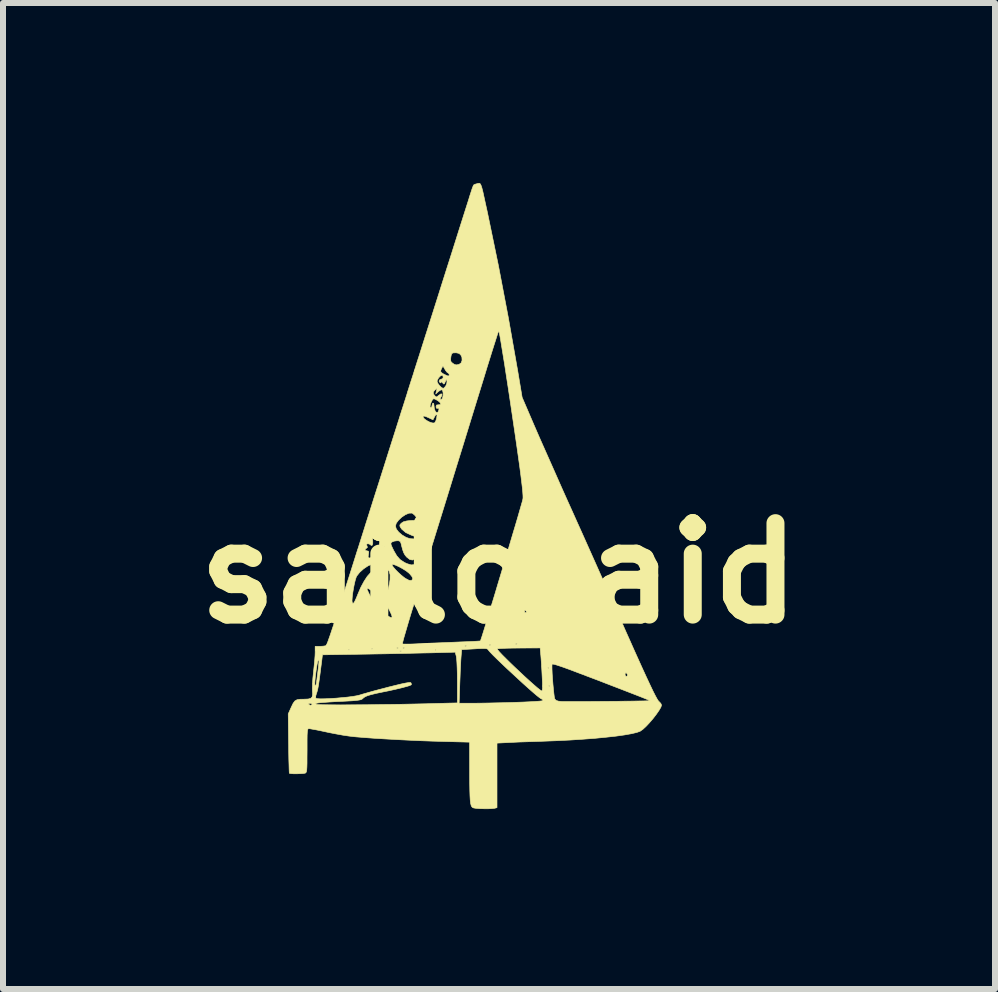
<source format=kicad_pcb>
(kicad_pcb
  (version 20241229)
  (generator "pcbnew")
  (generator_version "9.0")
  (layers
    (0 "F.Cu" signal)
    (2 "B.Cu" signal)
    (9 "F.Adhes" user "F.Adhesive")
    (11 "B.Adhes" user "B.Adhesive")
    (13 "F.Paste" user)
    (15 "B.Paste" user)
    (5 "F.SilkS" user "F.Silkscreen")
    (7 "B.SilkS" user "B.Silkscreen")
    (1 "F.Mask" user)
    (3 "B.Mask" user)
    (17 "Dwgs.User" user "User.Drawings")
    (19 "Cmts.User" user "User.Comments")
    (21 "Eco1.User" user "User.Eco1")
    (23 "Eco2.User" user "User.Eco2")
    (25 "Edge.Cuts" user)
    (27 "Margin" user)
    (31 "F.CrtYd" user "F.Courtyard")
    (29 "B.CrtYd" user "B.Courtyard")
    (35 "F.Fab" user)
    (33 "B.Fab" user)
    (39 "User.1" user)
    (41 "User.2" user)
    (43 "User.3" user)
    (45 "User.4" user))
  (footprint "sailoraid"
    (layer "F.Cu")
    (at 5.269 6.506)
    (property "Reference" "sailoraid" (at 0 0 0) (layer "F.SilkS") (effects (font (size 1.524 1.524) (thickness 0.3))))
    (attr through_hole)
    (fp_poly (pts (xy -1.402 -0.877) (xy -1.385 -0.865) (xy -1.373 -0.841) (xy -1.372 -0.838) (xy -1.347 -0.762) (xy -1.335 -0.696) (xy -1.337 -0.648) (xy -1.341 -0.637) (xy -1.357 -0.617) (xy -1.382 -0.612) (xy -1.424 -0.621) (xy -1.46 -0.634) (xy -1.555 -0.678) (xy -1.621 -0.734) (xy -1.636 -0.755) (xy -1.654 -0.787) (xy -1.651 -0.809) (xy -1.629 -0.834) (xy -1.592 -0.858) (xy -1.537 -0.872) (xy -1.491 -0.877) (xy -1.434 -0.88) (xy -1.402 -0.877)) (stroke (width 0.01) (type solid)) (fill yes) (layer "F.SilkS"))
    (fp_poly (pts (xy -0.319 -6.497) (xy -0.308 -6.484) (xy -0.297 -6.459) (xy -0.284 -6.418) (xy -0.269 -6.359) (xy -0.251 -6.277) (xy -0.228 -6.171) (xy -0.198 -6.035) (xy -0.187 -5.983) (xy -0.01 -5.127) (xy 0.155 -4.261) (xy 0.311 -3.375) (xy 0.385 -2.932) (xy 0.58 -2.478) (xy 0.62 -2.386) (xy 0.672 -2.266) (xy 0.735 -2.124) (xy 0.807 -1.962) (xy 0.886 -1.784) (xy 0.97 -1.594) (xy 1.058 -1.395) (xy 1.149 -1.192) (xy 1.241 -0.988) (xy 1.304 -0.847) (xy 1.391 -0.654) (xy 1.475 -0.466) (xy 1.555 -0.287) (xy 1.63 -0.119) (xy 1.699 0.036) (xy 1.761 0.173) (xy 1.814 0.292) (xy 1.856 0.387) (xy 1.887 0.458) (xy 1.905 0.5) (xy 1.928 0.55) (xy 1.962 0.628) (xy 2.006 0.729) (xy 2.06 0.848) (xy 2.119 0.982) (xy 2.184 1.127) (xy 2.251 1.278) (xy 2.301 1.389) (xy 2.385 1.575) (xy 2.457 1.732) (xy 2.517 1.86) (xy 2.566 1.963) (xy 2.605 2.04) (xy 2.635 2.095) (xy 2.656 2.128) (xy 2.667 2.139) (xy 2.697 2.17) (xy 2.709 2.199) (xy 2.698 2.234) (xy 2.667 2.287) (xy 2.622 2.352) (xy 2.568 2.422) (xy 2.509 2.491) (xy 2.451 2.553) (xy 2.398 2.602) (xy 2.355 2.632) (xy 2.355 2.633) (xy 2.297 2.654) (xy 2.208 2.675) (xy 2.09 2.696) (xy 1.948 2.716) (xy 1.783 2.734) (xy 1.599 2.752) (xy 1.398 2.767) (xy 1.183 2.781) (xy 0.957 2.792) (xy 0.723 2.801) (xy 0.694 2.802) (xy 0.574 2.806) (xy 0.45 2.81) (xy 0.331 2.814) (xy 0.228 2.819) (xy 0.165 2.822) (xy -0.034 2.832) (xy -0.034 3.908) (xy -0.072 3.918) (xy -0.113 3.923) (xy -0.176 3.926) (xy -0.25 3.926) (xy -0.324 3.924) (xy -0.386 3.919) (xy -0.423 3.913) (xy -0.44 3.906) (xy -0.454 3.893) (xy -0.465 3.871) (xy -0.474 3.835) (xy -0.48 3.784) (xy -0.484 3.714) (xy -0.487 3.621) (xy -0.489 3.502) (xy -0.49 3.354) (xy -0.49 3.283) (xy -0.491 2.816) (xy -0.936 2.804) (xy -1.115 2.799) (xy -1.308 2.792) (xy -1.508 2.783) (xy -1.708 2.773) (xy -1.902 2.762) (xy -2.083 2.751) (xy -2.245 2.739) (xy -2.382 2.728) (xy -2.413 2.725) (xy -2.499 2.715) (xy -2.606 2.699) (xy -2.721 2.678) (xy -2.835 2.656) (xy -2.867 2.649) (xy -2.96 2.629) (xy -3.043 2.612) (xy -3.11 2.6) (xy -3.155 2.592) (xy -3.168 2.591) (xy -3.178 2.592) (xy -3.187 2.6) (xy -3.192 2.617) (xy -3.196 2.648) (xy -3.199 2.698) (xy -3.2 2.771) (xy -3.2 2.87) (xy -3.2 2.955) (xy -3.201 3.076) (xy -3.201 3.167) (xy -3.203 3.233) (xy -3.206 3.278) (xy -3.211 3.307) (xy -3.218 3.323) (xy -3.227 3.331) (xy -3.23 3.332) (xy -3.259 3.338) (xy -3.309 3.341) (xy -3.367 3.343) (xy -3.425 3.343) (xy -3.471 3.34) (xy -3.494 3.335) (xy -3.495 3.335) (xy -3.497 3.317) (xy -3.499 3.269) (xy -3.501 3.196) (xy -3.504 3.102) (xy -3.506 2.991) (xy -3.507 2.868) (xy -3.508 2.836) (xy -3.514 2.345) (xy -3.463 2.232) (xy -3.44 2.184) (xy -3.175 2.184) (xy -3.151 2.2) (xy -3.14 2.201) (xy -3.118 2.192) (xy -3.116 2.184) (xy -3.13 2.171) (xy -3.151 2.167) (xy -3.174 2.174) (xy -3.175 2.184) (xy -3.44 2.184) (xy -3.432 2.168) (xy -3.404 2.13) (xy -3.368 2.109) (xy -3.315 2.101) (xy -3.254 2.1) (xy -3.181 2.097) (xy -3.137 2.085) (xy -3.114 2.059) (xy -3.113 2.055) (xy -3.058 2.055) (xy -3.053 2.085) (xy -3.052 2.085) (xy -3.028 2.091) (xy -2.977 2.094) (xy -2.904 2.093) (xy -2.816 2.089) (xy -2.719 2.083) (xy -2.62 2.074) (xy -2.525 2.065) (xy -2.439 2.054) (xy -2.369 2.042) (xy -2.321 2.03) (xy -2.32 2.03) (xy -2.276 2.016) (xy -2.205 1.996) (xy -2.114 1.97) (xy -2.01 1.942) (xy -1.898 1.913) (xy -1.858 1.902) (xy -1.729 1.87) (xy -1.63 1.846) (xy -1.558 1.831) (xy -1.509 1.823) (xy -1.48 1.822) (xy -1.469 1.826) (xy -1.459 1.851) (xy -1.466 1.861) (xy -1.49 1.873) (xy -1.544 1.889) (xy -1.623 1.91) (xy -1.723 1.934) (xy -1.84 1.96) (xy -1.939 1.98) (xy -2.049 2.003) (xy -2.13 2.023) (xy -2.189 2.04) (xy -2.229 2.057) (xy -2.257 2.075) (xy -2.267 2.085) (xy -2.281 2.097) (xy -2.301 2.107) (xy -2.331 2.114) (xy -2.375 2.12) (xy -2.44 2.126) (xy -2.53 2.131) (xy -2.627 2.136) (xy -2.733 2.141) (xy -2.832 2.147) (xy -2.915 2.153) (xy -2.978 2.158) (xy -3.014 2.162) (xy -3.014 2.162) (xy -3.051 2.169) (xy -3.057 2.177) (xy -3.04 2.187) (xy -3.016 2.19) (xy -2.961 2.192) (xy -2.879 2.193) (xy -2.772 2.194) (xy -2.643 2.195) (xy -2.497 2.194) (xy -2.335 2.193) (xy -2.16 2.192) (xy -1.977 2.189) (xy -1.788 2.187) (xy -1.596 2.184) (xy -1.404 2.18) (xy -1.215 2.176) (xy -1.122 2.173) (xy -0.893 2.167) (xy -0.665 2.167) (xy -0.404 2.167) (xy -0.31 2.166) (xy -0.19 2.164) (xy -0.055 2.161) (xy 0.087 2.158) (xy 0.226 2.154) (xy 0.282 2.152) (xy 0.399 2.148) (xy 0.506 2.143) (xy 0.597 2.138) (xy 0.668 2.133) (xy 0.713 2.128) (xy 0.728 2.125) (xy 0.733 2.111) (xy 0.704 2.093) (xy 0.699 2.091) (xy 0.674 2.074) (xy 0.627 2.037) (xy 0.564 1.983) (xy 0.488 1.916) (xy 0.402 1.839) (xy 0.311 1.755) (xy 0.218 1.669) (xy 0.126 1.584) (xy 0.04 1.502) (xy -0.037 1.428) (xy -0.101 1.365) (xy -0.148 1.316) (xy -0.175 1.285) (xy -0.178 1.28) (xy -0.188 1.267) (xy -0.2 1.261) (xy -0.03 1.261) (xy -0.023 1.276) (xy 0.006 1.311) (xy 0.053 1.361) (xy 0.115 1.423) (xy 0.187 1.494) (xy 0.266 1.57) (xy 0.349 1.648) (xy 0.431 1.725) (xy 0.509 1.796) (xy 0.58 1.859) (xy 0.64 1.911) (xy 0.685 1.946) (xy 0.711 1.963) (xy 0.714 1.964) (xy 0.721 1.949) (xy 0.725 1.902) (xy 0.724 1.88) (xy 0.83 1.88) (xy 0.836 1.894) (xy 0.841 1.891) (xy 0.843 1.871) (xy 0.841 1.868) (xy 0.831 1.871) (xy 0.83 1.88) (xy 0.724 1.88) (xy 0.724 1.823) (xy 0.719 1.723) (xy 0.714 1.624) (xy 0.711 1.575) (xy 0.813 1.575) (xy 0.819 1.589) (xy 0.824 1.586) (xy 0.826 1.566) (xy 0.824 1.564) (xy 0.814 1.566) (xy 0.813 1.575) (xy 0.711 1.575) (xy 0.709 1.548) (xy 0.882 1.548) (xy 0.883 1.604) (xy 0.886 1.678) (xy 0.892 1.763) (xy 0.899 1.852) (xy 0.907 1.937) (xy 0.915 2.011) (xy 0.922 2.066) (xy 0.929 2.095) (xy 0.93 2.096) (xy 0.95 2.119) (xy 0.987 2.132) (xy 1.037 2.138) (xy 1.07 2.139) (xy 1.13 2.139) (xy 1.213 2.139) (xy 1.316 2.139) (xy 1.434 2.139) (xy 1.563 2.138) (xy 1.698 2.137) (xy 1.836 2.136) (xy 1.971 2.135) (xy 2.101 2.133) (xy 2.221 2.132) (xy 2.326 2.13) (xy 2.412 2.129) (xy 2.476 2.127) (xy 2.512 2.126) (xy 2.519 2.125) (xy 2.505 2.118) (xy 2.461 2.1) (xy 2.389 2.071) (xy 2.29 2.032) (xy 2.166 1.984) (xy 2.019 1.927) (xy 1.85 1.862) (xy 1.662 1.789) (xy 1.455 1.711) (xy 1.423 1.698) (xy 2.102 1.698) (xy 2.111 1.715) (xy 2.13 1.721) (xy 2.142 1.703) (xy 2.14 1.684) (xy 2.123 1.662) (xy 2.115 1.659) (xy 2.102 1.672) (xy 2.102 1.698) (xy 1.423 1.698) (xy 1.329 1.663) (xy 1.184 1.608) (xy 1.068 1.566) (xy 0.982 1.537) (xy 0.923 1.519) (xy 0.891 1.514) (xy 0.884 1.517) (xy 0.882 1.548) (xy 0.709 1.548) (xy 0.708 1.524) (xy 0.702 1.436) (xy 0.697 1.37) (xy 0.696 1.363) (xy 0.686 1.245) (xy 0.334 1.247) (xy 0.228 1.248) (xy 0.133 1.25) (xy 0.056 1.253) (xy 0.000318 1.256) (xy -0.028 1.26) (xy -0.03 1.261) (xy -0.2 1.261) (xy -0.204 1.259) (xy -0.232 1.255) (xy -0.277 1.255) (xy -0.347 1.257) (xy -0.409 1.261) (xy -0.623 1.273) (xy -0.633 1.394) (xy -0.637 1.451) (xy -0.641 1.533) (xy -0.646 1.633) (xy -0.65 1.743) (xy -0.654 1.841) (xy -0.665 2.167) (xy -0.893 2.167) (xy -0.694 2.162) (xy -0.694 1.805) (xy -0.695 1.687) (xy -0.698 1.581) (xy -0.702 1.49) (xy -0.707 1.423) (xy -0.713 1.383) (xy -0.713 1.382) (xy -0.731 1.316) (xy -1.132 1.327) (xy -1.242 1.329) (xy -1.379 1.332) (xy -1.537 1.336) (xy -1.708 1.339) (xy -1.886 1.343) (xy -2.064 1.346) (xy -2.236 1.349) (xy -2.238 1.349) (xy -2.944 1.36) (xy -2.953 1.438) (xy -2.972 1.586) (xy -2.987 1.704) (xy -3 1.797) (xy -3.01 1.868) (xy -3.02 1.921) (xy -3.029 1.96) (xy -3.038 1.99) (xy -3.042 1.999) (xy -3.058 2.055) (xy -3.113 2.055) (xy -3.108 2.013) (xy -3.111 1.969) (xy -3.112 1.914) (xy -3.109 1.845) (xy -3.072 1.845) (xy -3.069 1.868) (xy -3.061 1.877) (xy -3.053 1.867) (xy -3.045 1.833) (xy -3.036 1.771) (xy -3.033 1.743) (xy -3.019 1.633) (xy -3.009 1.553) (xy -3.004 1.498) (xy -3.002 1.464) (xy -3.003 1.448) (xy -3.008 1.445) (xy -3.014 1.449) (xy -3.022 1.472) (xy -3.033 1.52) (xy -3.044 1.585) (xy -3.054 1.659) (xy -3.063 1.732) (xy -3.069 1.797) (xy -3.072 1.845) (xy -3.109 1.845) (xy -3.109 1.837) (xy -3.103 1.745) (xy -3.093 1.65) (xy -3.092 1.639) (xy -3.082 1.544) (xy -3.073 1.453) (xy -3.067 1.374) (xy -3.065 1.318) (xy -3.065 1.313) (xy -3.065 1.293) (xy -1.654 1.293) (xy -1.651 1.303) (xy -1.643 1.304) (xy -1.629 1.298) (xy -1.631 1.293) (xy -1.651 1.291) (xy -1.654 1.293) (xy -3.065 1.293) (xy -3.065 1.276) (xy -2.517 1.276) (xy -2.515 1.286) (xy -2.506 1.287) (xy -2.492 1.281) (xy -2.493 1.278) (xy -1.067 1.278) (xy -1.058 1.287) (xy -1.05 1.278) (xy -1.058 1.27) (xy -1.067 1.278) (xy -2.493 1.278) (xy -2.495 1.276) (xy -2.515 1.274) (xy -2.517 1.276) (xy -3.065 1.276) (xy -3.065 1.259) (xy -2.128 1.259) (xy -2.126 1.269) (xy -2.117 1.27) (xy -2.103 1.264) (xy -2.105 1.259) (xy -2.125 1.257) (xy -2.128 1.259) (xy -3.065 1.259) (xy -3.065 1.242) (xy -1.705 1.242) (xy -1.702 1.252) (xy -1.693 1.253) (xy -1.679 1.247) (xy -1.682 1.242) (xy -1.603 1.242) (xy -1.601 1.252) (xy -1.592 1.253) (xy -1.578 1.247) (xy -1.58 1.242) (xy -1.601 1.24) (xy -1.603 1.242) (xy -1.682 1.242) (xy -1.702 1.24) (xy -1.705 1.242) (xy -3.065 1.242) (xy -3.065 1.219) (xy -2.985 1.219) (xy -2.933 1.216) (xy -2.895 1.21) (xy -2.89 1.208) (xy -0.57 1.208) (xy -0.568 1.218) (xy -0.559 1.219) (xy -0.545 1.213) (xy -0.548 1.208) (xy -0.568 1.206) (xy -0.57 1.208) (xy -2.89 1.208) (xy -2.885 1.206) (xy -2.88 1.2) (xy -2.875 1.191) (xy -0.164 1.191) (xy -0.161 1.201) (xy -0.152 1.202) (xy -0.138 1.196) (xy -0.141 1.191) (xy -0.161 1.189) (xy -0.164 1.191) (xy -2.875 1.191) (xy -2.873 1.187) (xy -2.869 1.178) (xy -1.611 1.178) (xy -1.591 1.181) (xy -1.544 1.182) (xy -1.478 1.181) (xy -1.398 1.178) (xy -1.397 1.178) (xy -1.323 1.174) (xy 0.277 1.174) (xy 0.279 1.184) (xy 0.288 1.185) (xy 0.302 1.179) (xy 0.299 1.174) (xy 0.279 1.172) (xy 0.277 1.174) (xy -1.323 1.174) (xy -1.322 1.174) (xy -1.22 1.169) (xy -1.1 1.164) (xy -0.969 1.159) (xy -0.834 1.153) (xy -0.754 1.15) (xy -0.636 1.145) (xy -0.529 1.141) (xy -0.439 1.137) (xy -0.369 1.133) (xy -0.325 1.13) (xy -0.31 1.129) (xy -0.304 1.111) (xy -0.288 1.064) (xy -0.265 0.991) (xy -0.235 0.894) (xy -0.2 0.778) (xy -0.159 0.645) (xy -0.156 0.634) (xy 0.423 0.634) (xy 0.432 0.657) (xy 0.44 0.66) (xy 0.457 0.648) (xy 0.457 0.644) (xy 0.445 0.622) (xy 0.44 0.618) (xy 0.426 0.622) (xy 0.423 0.634) (xy -0.156 0.634) (xy -0.115 0.498) (xy -0.067 0.341) (xy -0.018 0.176) (xy 0.033 0.007) (xy 0.084 -0.164) (xy 0.134 -0.332) (xy 0.182 -0.495) (xy 0.228 -0.65) (xy 0.271 -0.793) (xy 0.309 -0.922) (xy 0.341 -1.033) (xy 0.367 -1.124) (xy 0.386 -1.19) (xy 0.396 -1.23) (xy 0.398 -1.237) (xy 0.4 -1.262) (xy 0.399 -1.301) (xy 0.395 -1.356) (xy 0.388 -1.429) (xy 0.377 -1.522) (xy 0.363 -1.637) (xy 0.345 -1.775) (xy 0.322 -1.938) (xy 0.295 -2.129) (xy 0.263 -2.349) (xy 0.226 -2.599) (xy 0.211 -2.701) (xy 0.18 -2.91) (xy 0.15 -3.109) (xy 0.121 -3.296) (xy 0.095 -3.467) (xy 0.07 -3.621) (xy 0.048 -3.755) (xy 0.03 -3.866) (xy 0.015 -3.952) (xy 0.003 -4.011) (xy -0.004 -4.038) (xy -0.005 -4.04) (xy -0.011 -4.026) (xy -0.026 -3.983) (xy -0.048 -3.914) (xy -0.077 -3.823) (xy -0.112 -3.713) (xy -0.151 -3.588) (xy -0.194 -3.451) (xy -0.207 -3.408) (xy -0.253 -3.257) (xy -0.309 -3.076) (xy -0.374 -2.866) (xy -0.447 -2.629) (xy -0.528 -2.366) (xy -0.616 -2.08) (xy -0.712 -1.772) (xy -0.813 -1.443) (xy -0.92 -1.097) (xy -1.033 -0.733) (xy -1.15 -0.355) (xy -1.271 0.037) (xy -1.396 0.44) (xy -1.402 0.461) (xy -1.448 0.609) (xy -1.49 0.747) (xy -1.527 0.872) (xy -1.558 0.979) (xy -1.584 1.067) (xy -1.601 1.131) (xy -1.61 1.169) (xy -1.611 1.178) (xy -2.869 1.178) (xy -2.863 1.164) (xy -2.85 1.131) (xy -2.834 1.085) (xy -2.813 1.026) (xy -2.788 0.951) (xy -2.757 0.859) (xy -2.721 0.748) (xy -2.679 0.616) (xy -2.629 0.463) (xy -2.626 0.453) (xy -2.451 0.453) (xy -2.448 0.486) (xy -2.448 0.486) (xy -2.437 0.502) (xy -2.423 0.497) (xy -2.405 0.469) (xy -2.379 0.413) (xy -2.348 0.337) (xy -2.316 0.263) (xy -2.201 0.263) (xy -2.194 0.281) (xy -2.176 0.321) (xy -2.15 0.374) (xy -2.149 0.375) (xy -2.084 0.48) (xy -1.999 0.583) (xy -1.903 0.673) (xy -1.873 0.697) (xy -1.821 0.731) (xy -1.792 0.743) (xy -1.783 0.731) (xy -1.787 0.707) (xy -1.802 0.67) (xy -1.826 0.619) (xy -1.843 0.587) (xy -1.873 0.54) (xy -1.917 0.486) (xy -1.969 0.43) (xy -2.024 0.375) (xy -2.079 0.326) (xy -2.129 0.287) (xy -2.169 0.261) (xy -2.194 0.253) (xy -2.201 0.263) (xy -2.316 0.263) (xy -2.301 0.229) (xy -2.249 0.133) (xy -2.197 0.053) (xy -2.147 -0.003) (xy -2.115 -0.026) (xy -2.049 -0.049) (xy -1.995 -0.044) (xy -1.958 -0.013) (xy -1.939 0.031) (xy -1.921 0.1) (xy -1.906 0.183) (xy -1.895 0.272) (xy -1.892 0.313) (xy -1.888 0.398) (xy -1.858 0.305) (xy -1.839 0.233) (xy -1.823 0.15) (xy -1.817 0.107) (xy -1.816 0.025) (xy -1.832 -0.035) (xy -1.872 -0.081) (xy -1.94 -0.122) (xy -1.956 -0.129) (xy -1.967 -0.134) (xy -1.783 -0.134) (xy -1.763 -0.103) (xy -1.728 -0.062) (xy -1.683 -0.016) (xy -1.634 0.029) (xy -1.586 0.068) (xy -1.561 0.086) (xy -1.502 0.117) (xy -1.461 0.122) (xy -1.441 0.101) (xy -1.439 0.085) (xy -1.451 0.057) (xy -1.482 0.018) (xy -1.504 -0.004) (xy -1.55 -0.04) (xy -1.608 -0.076) (xy -1.67 -0.11) (xy -1.726 -0.135) (xy -1.768 -0.148) (xy -1.783 -0.148) (xy -1.783 -0.134) (xy -1.967 -0.134) (xy -2.013 -0.153) (xy -2.053 -0.162) (xy -2.093 -0.158) (xy -2.115 -0.153) (xy -2.184 -0.123) (xy -2.257 -0.074) (xy -2.323 -0.015) (xy -2.371 0.046) (xy -2.379 0.061) (xy -2.394 0.105) (xy -2.41 0.17) (xy -2.425 0.245) (xy -2.438 0.324) (xy -2.447 0.396) (xy -2.451 0.453) (xy -2.626 0.453) (xy -2.573 0.285) (xy -2.508 0.083) (xy -2.435 -0.147) (xy -2.356 -0.398) (xy -2.233 -0.398) (xy -2.227 -0.38) (xy -2.201 -0.373) (xy -2.178 -0.368) (xy -2.172 -0.349) (xy -2.177 -0.313) (xy -2.182 -0.274) (xy -2.174 -0.257) (xy -2.152 -0.254) (xy -2.123 -0.265) (xy -2.117 -0.288) (xy -2.11 -0.315) (xy -2.1 -0.322) (xy -2.085 -0.308) (xy -2.083 -0.296) (xy -2.071 -0.275) (xy -2.045 -0.273) (xy -2.023 -0.289) (xy -2.004 -0.296) (xy -1.988 -0.286) (xy -1.962 -0.272) (xy -1.954 -0.281) (xy -1.964 -0.309) (xy -1.98 -0.333) (xy -2.004 -0.365) (xy -2.006 -0.384) (xy -1.989 -0.4) (xy -1.988 -0.402) (xy -1.954 -0.419) (xy -1.936 -0.423) (xy -1.915 -0.434) (xy -1.913 -0.44) (xy -1.928 -0.453) (xy -1.958 -0.457) (xy -1.989 -0.462) (xy -1.995 -0.481) (xy -1.993 -0.49) (xy -1.803 -0.49) (xy -1.795 -0.462) (xy -1.774 -0.416) (xy -1.755 -0.377) (xy -1.705 -0.291) (xy -1.651 -0.229) (xy -1.583 -0.183) (xy -1.538 -0.161) (xy -1.466 -0.139) (xy -1.411 -0.143) (xy -1.372 -0.169) (xy -1.346 -0.212) (xy -1.338 -0.277) (xy -1.338 -0.279) (xy -1.341 -0.332) (xy -1.351 -0.353) (xy -1.365 -0.341) (xy -1.38 -0.296) (xy -1.381 -0.292) (xy -1.405 -0.241) (xy -1.442 -0.22) (xy -1.488 -0.229) (xy -1.54 -0.27) (xy -1.541 -0.271) (xy -1.568 -0.304) (xy -1.589 -0.342) (xy -1.607 -0.392) (xy -1.626 -0.464) (xy -1.633 -0.495) (xy -1.646 -0.528) (xy -1.673 -0.541) (xy -1.699 -0.542) (xy -1.748 -0.535) (xy -1.785 -0.52) (xy -1.799 -0.507) (xy -1.803 -0.49) (xy -1.993 -0.49) (xy -1.992 -0.498) (xy -1.991 -0.53) (xy -2.011 -0.556) (xy -2.036 -0.573) (xy -2.08 -0.596) (xy -2.103 -0.595) (xy -2.109 -0.566) (xy -2.105 -0.535) (xy -2.105 -0.494) (xy -2.114 -0.467) (xy -2.13 -0.462) (xy -2.142 -0.474) (xy -2.166 -0.488) (xy -2.186 -0.491) (xy -2.209 -0.486) (xy -2.206 -0.465) (xy -2.202 -0.459) (xy -2.194 -0.431) (xy -2.21 -0.417) (xy -2.233 -0.398) (xy -2.356 -0.398) (xy -2.353 -0.405) (xy -2.262 -0.693) (xy -2.235 -0.779) (xy -2.233 -0.786) (xy -1.727 -0.786) (xy -1.727 -0.786) (xy -1.712 -0.737) (xy -1.672 -0.685) (xy -1.614 -0.636) (xy -1.547 -0.597) (xy -1.484 -0.576) (xy -1.413 -0.572) (xy -1.345 -0.587) (xy -1.293 -0.617) (xy -1.283 -0.628) (xy -1.26 -0.667) (xy -1.253 -0.697) (xy -1.263 -0.741) (xy -1.289 -0.799) (xy -1.326 -0.863) (xy -1.368 -0.923) (xy -1.41 -0.972) (xy -1.445 -1) (xy -1.453 -1.003) (xy -1.502 -1.001) (xy -1.561 -0.976) (xy -1.621 -0.936) (xy -1.674 -0.886) (xy -1.713 -0.834) (xy -1.727 -0.786) (xy -2.233 -0.786) (xy -2.168 -0.991) (xy -2.092 -1.232) (xy -2.008 -1.495) (xy -1.918 -1.778) (xy -1.824 -2.076) (xy -1.726 -2.384) (xy -1.658 -2.599) (xy -1.265 -2.599) (xy -1.243 -2.572) (xy -1.205 -2.545) (xy -1.16 -2.521) (xy -1.116 -2.506) (xy -1.082 -2.504) (xy -1.072 -2.509) (xy -1.055 -2.537) (xy -1.041 -2.581) (xy -1.04 -2.585) (xy -1.034 -2.633) (xy -1.041 -2.651) (xy -1.057 -2.638) (xy -1.074 -2.61) (xy -1.101 -2.558) (xy -1.177 -2.594) (xy -1.222 -2.613) (xy -1.255 -2.621) (xy -1.264 -2.62) (xy -1.265 -2.599) (xy -1.658 -2.599) (xy -1.627 -2.698) (xy -1.602 -2.775) (xy -1.15 -2.775) (xy -1.136 -2.76) (xy -1.135 -2.76) (xy -1.121 -2.774) (xy -1.118 -2.793) (xy -1.11 -2.825) (xy -1.101 -2.836) (xy -1.089 -2.83) (xy -1.084 -2.796) (xy -1.084 -2.794) (xy -1.078 -2.741) (xy -1.063 -2.701) (xy -1.043 -2.68) (xy -1.022 -2.682) (xy -1.009 -2.702) (xy -1 -2.74) (xy -1.011 -2.753) (xy -1.024 -2.749) (xy -1.045 -2.752) (xy -1.05 -2.776) (xy -1.042 -2.804) (xy -1.013 -2.808) (xy -0.98 -2.81) (xy -0.972 -2.827) (xy -0.991 -2.854) (xy -1.021 -2.877) (xy -1.065 -2.902) (xy -1.09 -2.909) (xy -1.108 -2.895) (xy -1.126 -2.863) (xy -1.146 -2.812) (xy -1.15 -2.775) (xy -1.602 -2.775) (xy -1.533 -2.992) (xy -1.095 -2.992) (xy -1.072 -2.96) (xy -1.051 -2.94) (xy -1.033 -2.942) (xy -1.005 -2.966) (xy -0.971 -2.989) (xy -0.952 -2.988) (xy -0.952 -2.965) (xy -0.962 -2.946) (xy -0.98 -2.912) (xy -0.977 -2.897) (xy -0.967 -2.896) (xy -0.949 -2.909) (xy -0.942 -2.922) (xy -0.932 -2.966) (xy -0.933 -3.013) (xy -0.942 -3.048) (xy -0.95 -3.057) (xy -0.973 -3.054) (xy -1.006 -3.033) (xy -1.011 -3.029) (xy -1.055 -2.989) (xy -1.043 -3.039) (xy -1.035 -3.073) (xy -1.041 -3.078) (xy -1.065 -3.058) (xy -1.066 -3.058) (xy -1.095 -3.023) (xy -1.095 -2.992) (xy -1.533 -2.992) (xy -1.527 -3.014) (xy -1.468 -3.2) (xy -1.033 -3.2) (xy -1.021 -3.168) (xy -0.994 -3.13) (xy -0.961 -3.098) (xy -0.932 -3.082) (xy -0.929 -3.082) (xy -0.911 -3.095) (xy -0.888 -3.123) (xy -0.87 -3.167) (xy -0.868 -3.204) (xy -0.873 -3.228) (xy -0.881 -3.225) (xy -0.895 -3.193) (xy -0.896 -3.192) (xy -0.911 -3.159) (xy -0.923 -3.154) (xy -0.94 -3.173) (xy -0.941 -3.174) (xy -0.959 -3.191) (xy -0.965 -3.186) (xy -0.975 -3.173) (xy -0.982 -3.175) (xy -0.999 -3.2) (xy -0.99 -3.224) (xy -0.965 -3.234) (xy -0.937 -3.246) (xy -0.931 -3.268) (xy -0.938 -3.296) (xy -0.948 -3.302) (xy -0.978 -3.288) (xy -1.008 -3.256) (xy -1.029 -3.218) (xy -1.033 -3.2) (xy -1.468 -3.2) (xy -1.427 -3.326) (xy -1.412 -3.376) (xy -0.973 -3.376) (xy -0.968 -3.353) (xy -0.94 -3.33) (xy -0.906 -3.312) (xy -0.861 -3.291) (xy -0.838 -3.288) (xy -0.83 -3.303) (xy -0.83 -3.31) (xy -0.839 -3.333) (xy -0.847 -3.336) (xy -0.866 -3.349) (xy -0.892 -3.382) (xy -0.9 -3.396) (xy -0.935 -3.456) (xy -0.959 -3.41) (xy -0.973 -3.376) (xy -1.412 -3.376) (xy -1.355 -3.555) (xy -0.808 -3.555) (xy -0.8 -3.526) (xy -0.775 -3.502) (xy -0.739 -3.478) (xy -0.706 -3.473) (xy -0.666 -3.482) (xy -0.632 -3.506) (xy -0.616 -3.549) (xy -0.619 -3.6) (xy -0.634 -3.633) (xy -0.663 -3.663) (xy -0.706 -3.674) (xy -0.726 -3.675) (xy -0.768 -3.673) (xy -0.788 -3.66) (xy -0.799 -3.628) (xy -0.803 -3.603) (xy -0.808 -3.555) (xy -1.355 -3.555) (xy -1.33 -3.632) (xy -1.237 -3.926) (xy -1.174 -4.123) (xy -1.094 -4.375) (xy -1.016 -4.621) (xy -0.941 -4.859) (xy -0.869 -5.086) (xy -0.801 -5.299) (xy -0.738 -5.498) (xy -0.681 -5.679) (xy -0.63 -5.84) (xy -0.586 -5.979) (xy -0.549 -6.095) (xy -0.521 -6.183) (xy -0.502 -6.243) (xy -0.496 -6.265) (xy -0.471 -6.342) (xy -0.45 -6.407) (xy -0.433 -6.452) (xy -0.424 -6.472) (xy -0.402 -6.484) (xy -0.362 -6.495) (xy -0.36 -6.496) (xy -0.344 -6.499) (xy -0.33 -6.501) (xy -0.319 -6.497)) (stroke (width 0.01) (type solid)) (fill yes) (layer "F.SilkS")))
  (gr_rect
    (start -3 -3)
    (end 13.537 13.437)
    (stroke (width 0.1) (type default))
    (fill no)
    (layer "Edge.Cuts")))
</source>
